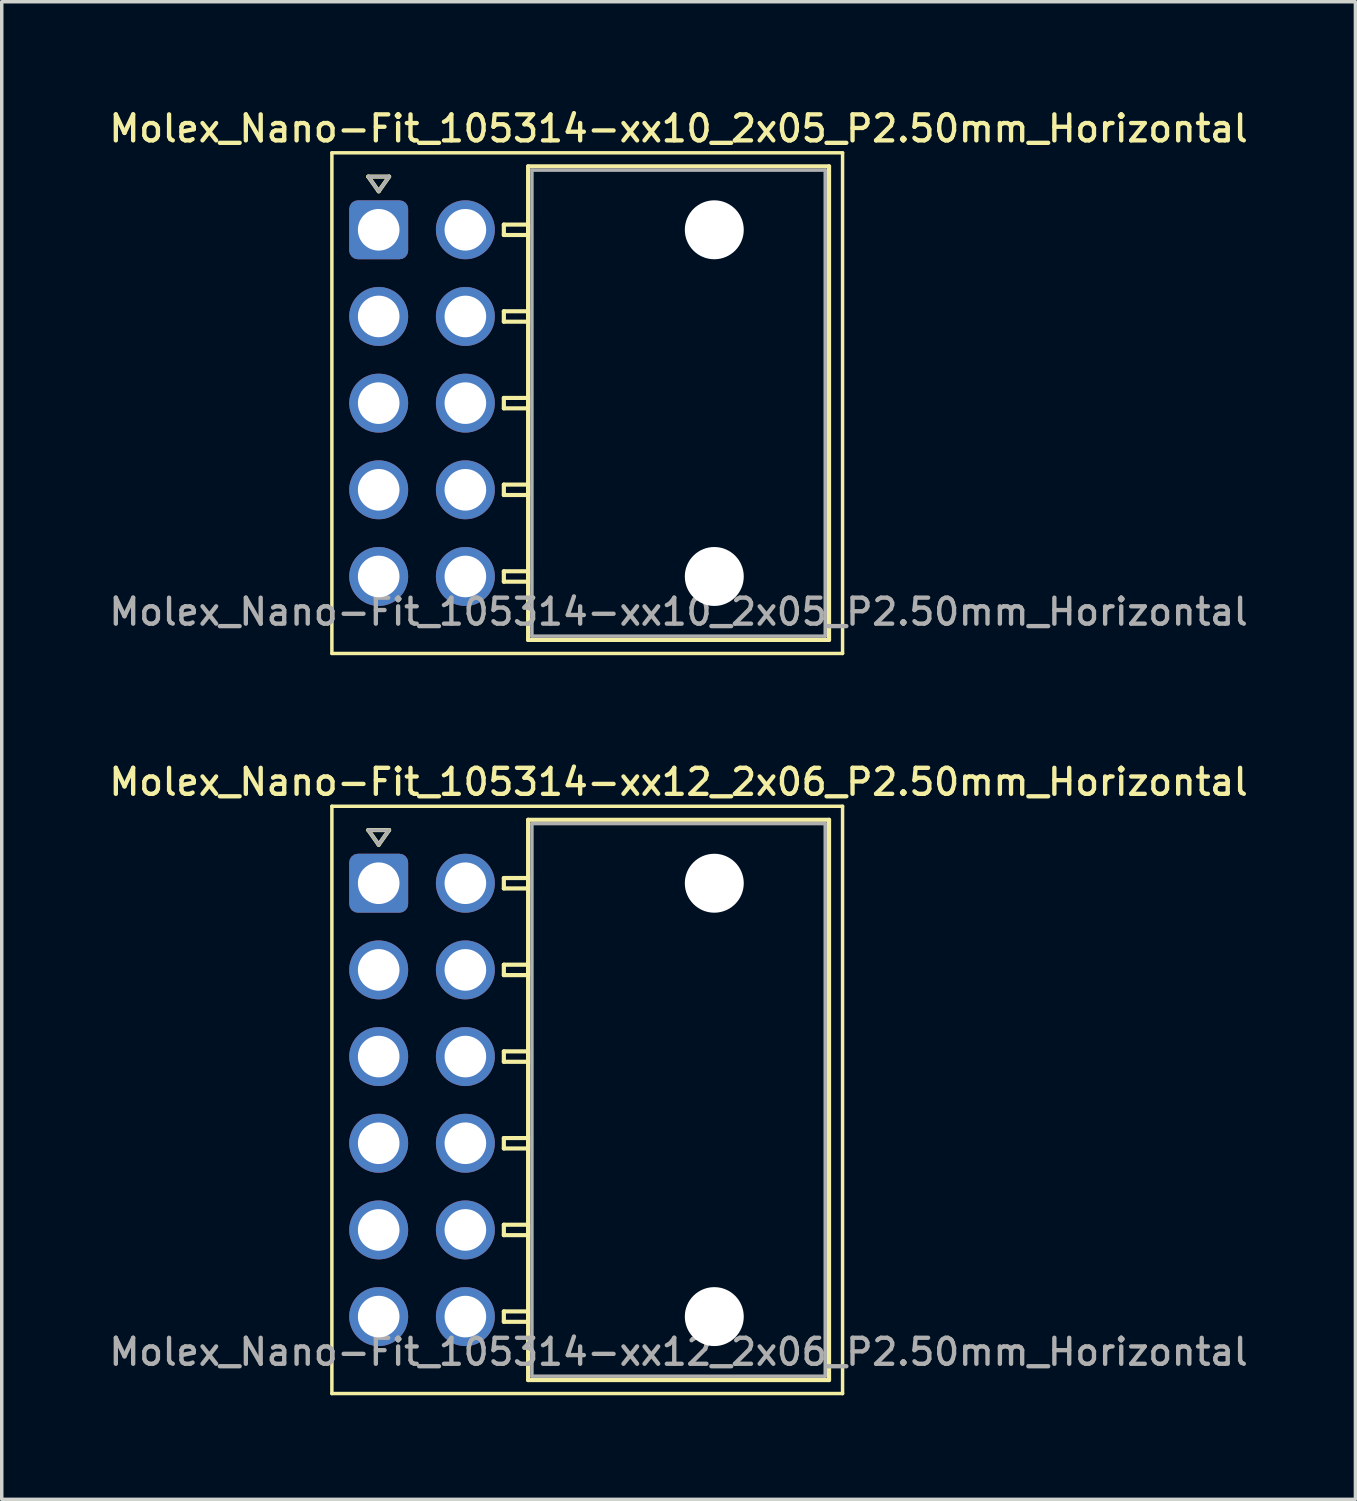
<source format=kicad_pcb>
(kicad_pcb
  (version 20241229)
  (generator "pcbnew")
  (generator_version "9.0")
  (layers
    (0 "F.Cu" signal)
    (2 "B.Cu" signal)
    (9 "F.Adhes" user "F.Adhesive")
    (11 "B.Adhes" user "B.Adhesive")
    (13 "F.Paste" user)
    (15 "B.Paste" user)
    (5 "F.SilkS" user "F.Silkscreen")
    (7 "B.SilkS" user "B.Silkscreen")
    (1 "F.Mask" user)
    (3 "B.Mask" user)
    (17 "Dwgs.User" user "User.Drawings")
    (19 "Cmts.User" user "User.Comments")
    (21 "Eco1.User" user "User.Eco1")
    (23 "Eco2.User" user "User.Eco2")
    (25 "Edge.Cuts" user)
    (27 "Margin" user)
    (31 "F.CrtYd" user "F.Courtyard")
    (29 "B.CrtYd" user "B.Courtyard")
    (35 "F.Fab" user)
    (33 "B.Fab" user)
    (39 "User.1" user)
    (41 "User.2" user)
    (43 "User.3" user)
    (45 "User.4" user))
  (footprint "Molex_Nano-Fit_105314-xx12_2x06_P2.50mm_Horizontal"
    (layer "F.Cu")
    (at 7.873 22.426)
    (property "Reference" "Molex_Nano-Fit_105314-xx12_2x06_P2.50mm_Horizontal" (at 8.65 -2.92 0) (layer "F.SilkS") (effects (font (size 0.75 0.75) (thickness 0.125))))
    (attr through_hole)
    (fp_line (start -1.35 -2.22) (end -1.35 14.72) (stroke (width 0.1) (type solid)) (layer "F.SilkS"))
    (fp_line (start -1.35 14.72) (end 13.38 14.72) (stroke (width 0.1) (type solid)) (layer "F.SilkS"))
    (fp_line (start -0.3 -1.534) (end 0 -1.11) (stroke (width 0.12) (type solid)) (layer "F.SilkS"))
    (fp_line (start 0 -1.11) (end 0.3 -1.534) (stroke (width 0.12) (type solid)) (layer "F.SilkS"))
    (fp_line (start 0.3 -1.534) (end -0.3 -1.534) (stroke (width 0.12) (type solid)) (layer "F.SilkS"))
    (fp_line (start 3.61 -0.15) (end 3.61 0.15) (stroke (width 0.12) (type solid)) (layer "F.SilkS"))
    (fp_line (start 3.61 0.15) (end 4.31 0.15) (stroke (width 0.12) (type solid)) (layer "F.SilkS"))
    (fp_line (start 3.61 2.35) (end 3.61 2.65) (stroke (width 0.12) (type solid)) (layer "F.SilkS"))
    (fp_line (start 3.61 2.65) (end 4.31 2.65) (stroke (width 0.12) (type solid)) (layer "F.SilkS"))
    (fp_line (start 3.61 4.85) (end 3.61 5.15) (stroke (width 0.12) (type solid)) (layer "F.SilkS"))
    (fp_line (start 3.61 5.15) (end 4.31 5.15) (stroke (width 0.12) (type solid)) (layer "F.SilkS"))
    (fp_line (start 3.61 7.35) (end 3.61 7.65) (stroke (width 0.12) (type solid)) (layer "F.SilkS"))
    (fp_line (start 3.61 7.65) (end 4.31 7.65) (stroke (width 0.12) (type solid)) (layer "F.SilkS"))
    (fp_line (start 3.61 9.85) (end 3.61 10.15) (stroke (width 0.12) (type solid)) (layer "F.SilkS"))
    (fp_line (start 3.61 10.15) (end 4.31 10.15) (stroke (width 0.12) (type solid)) (layer "F.SilkS"))
    (fp_line (start 3.61 12.35) (end 3.61 12.65) (stroke (width 0.12) (type solid)) (layer "F.SilkS"))
    (fp_line (start 3.61 12.65) (end 4.31 12.65) (stroke (width 0.12) (type solid)) (layer "F.SilkS"))
    (fp_line (start 4.31 -1.83) (end 4.31 14.33) (stroke (width 0.12) (type solid)) (layer "F.SilkS"))
    (fp_line (start 4.31 -0.15) (end 3.61 -0.15) (stroke (width 0.12) (type solid)) (layer "F.SilkS"))
    (fp_line (start 4.31 0.15) (end 4.31 -0.15) (stroke (width 0.12) (type solid)) (layer "F.SilkS"))
    (fp_line (start 4.31 2.35) (end 3.61 2.35) (stroke (width 0.12) (type solid)) (layer "F.SilkS"))
    (fp_line (start 4.31 2.65) (end 4.31 2.35) (stroke (width 0.12) (type solid)) (layer "F.SilkS"))
    (fp_line (start 4.31 4.85) (end 3.61 4.85) (stroke (width 0.12) (type solid)) (layer "F.SilkS"))
    (fp_line (start 4.31 5.15) (end 4.31 4.85) (stroke (width 0.12) (type solid)) (layer "F.SilkS"))
    (fp_line (start 4.31 7.35) (end 3.61 7.35) (stroke (width 0.12) (type solid)) (layer "F.SilkS"))
    (fp_line (start 4.31 7.65) (end 4.31 7.35) (stroke (width 0.12) (type solid)) (layer "F.SilkS"))
    (fp_line (start 4.31 9.85) (end 3.61 9.85) (stroke (width 0.12) (type solid)) (layer "F.SilkS"))
    (fp_line (start 4.31 10.15) (end 4.31 9.85) (stroke (width 0.12) (type solid)) (layer "F.SilkS"))
    (fp_line (start 4.31 12.35) (end 3.61 12.35) (stroke (width 0.12) (type solid)) (layer "F.SilkS"))
    (fp_line (start 4.31 12.65) (end 4.31 12.35) (stroke (width 0.12) (type solid)) (layer "F.SilkS"))
    (fp_line (start 4.31 14.33) (end 12.99 14.33) (stroke (width 0.12) (type solid)) (layer "F.SilkS"))
    (fp_line (start 12.99 -1.83) (end 4.31 -1.83) (stroke (width 0.12) (type solid)) (layer "F.SilkS"))
    (fp_line (start 12.99 14.33) (end 12.99 -1.83) (stroke (width 0.12) (type solid)) (layer "F.SilkS"))
    (fp_line (start 13.38 -2.22) (end -1.35 -2.22) (stroke (width 0.1) (type solid)) (layer "F.SilkS"))
    (fp_line (start 13.38 14.72) (end 13.38 -2.22) (stroke (width 0.1) (type solid)) (layer "F.SilkS"))
    (fp_line (start -0.3 -1.534) (end 0 -1.11) (stroke (width 0.1) (type solid)) (layer "F.Fab"))
    (fp_line (start 0 -1.11) (end 0.3 -1.534) (stroke (width 0.1) (type solid)) (layer "F.Fab"))
    (fp_line (start 0.3 -1.534) (end -0.3 -1.534) (stroke (width 0.1) (type solid)) (layer "F.Fab"))
    (fp_line (start 4.42 -1.72) (end 4.42 14.22) (stroke (width 0.1) (type solid)) (layer "F.Fab"))
    (fp_line (start 4.42 14.22) (end 12.88 14.22) (stroke (width 0.1) (type solid)) (layer "F.Fab"))
    (fp_line (start 12.88 -1.72) (end 4.42 -1.72) (stroke (width 0.1) (type solid)) (layer "F.Fab"))
    (fp_line (start 12.88 14.22) (end 12.88 -1.72) (stroke (width 0.1) (type solid)) (layer "F.Fab"))
    (fp_text user "${REFERENCE}" (at 8.65 13.52 0) (layer "F.Fab") (effects (font (size 0.75 0.75) (thickness 0.125))))
    (pad "" np_thru_hole circle (at 9.68 0) (size 1.7 1.7) (drill 1.7) (layers "*.Cu" "*.Mask"))
    (pad "" np_thru_hole circle (at 9.68 12.5) (size 1.7 1.7) (drill 1.7) (layers "*.Cu" "*.Mask"))
    (pad "1" thru_hole roundrect (at 0 0) (size 1.7 1.7) (drill 1.2) (layers "*.Cu" "*.Mask") (roundrect_rratio 0.147))
    (pad "2" thru_hole circle (at 0 2.5) (size 1.7 1.7) (drill 1.2) (layers "*.Cu" "*.Mask"))
    (pad "3" thru_hole circle (at 0 5) (size 1.7 1.7) (drill 1.2) (layers "*.Cu" "*.Mask"))
    (pad "4" thru_hole circle (at 0 7.5) (size 1.7 1.7) (drill 1.2) (layers "*.Cu" "*.Mask"))
    (pad "5" thru_hole circle (at 0 10) (size 1.7 1.7) (drill 1.2) (layers "*.Cu" "*.Mask"))
    (pad "6" thru_hole circle (at 0 12.5) (size 1.7 1.7) (drill 1.2) (layers "*.Cu" "*.Mask"))
    (pad "7" thru_hole circle (at 2.5 0) (size 1.7 1.7) (drill 1.2) (layers "*.Cu" "*.Mask"))
    (pad "8" thru_hole circle (at 2.5 2.5) (size 1.7 1.7) (drill 1.2) (layers "*.Cu" "*.Mask"))
    (pad "9" thru_hole circle (at 2.5 5) (size 1.7 1.7) (drill 1.2) (layers "*.Cu" "*.Mask"))
    (pad "10" thru_hole circle (at 2.5 7.5) (size 1.7 1.7) (drill 1.2) (layers "*.Cu" "*.Mask"))
    (pad "11" thru_hole circle (at 2.5 10) (size 1.7 1.7) (drill 1.2) (layers "*.Cu" "*.Mask"))
    (pad "12" thru_hole circle (at 2.5 12.5) (size 1.7 1.7) (drill 1.2) (layers "*.Cu" "*.Mask")))
  (footprint "Molex_Nano-Fit_105314-xx10_2x05_P2.50mm_Horizontal"
    (layer "F.Cu")
    (at 7.873 3.578)
    (property "Reference" "Molex_Nano-Fit_105314-xx10_2x05_P2.50mm_Horizontal" (at 8.65 -2.92 0) (layer "F.SilkS") (effects (font (size 0.75 0.75) (thickness 0.125))))
    (attr through_hole)
    (fp_line (start -1.35 -2.22) (end -1.35 12.22) (stroke (width 0.1) (type solid)) (layer "F.SilkS"))
    (fp_line (start -1.35 12.22) (end 13.38 12.22) (stroke (width 0.1) (type solid)) (layer "F.SilkS"))
    (fp_line (start -0.3 -1.534) (end 0 -1.11) (stroke (width 0.12) (type solid)) (layer "F.SilkS"))
    (fp_line (start 0 -1.11) (end 0.3 -1.534) (stroke (width 0.12) (type solid)) (layer "F.SilkS"))
    (fp_line (start 0.3 -1.534) (end -0.3 -1.534) (stroke (width 0.12) (type solid)) (layer "F.SilkS"))
    (fp_line (start 3.61 -0.15) (end 3.61 0.15) (stroke (width 0.12) (type solid)) (layer "F.SilkS"))
    (fp_line (start 3.61 0.15) (end 4.31 0.15) (stroke (width 0.12) (type solid)) (layer "F.SilkS"))
    (fp_line (start 3.61 2.35) (end 3.61 2.65) (stroke (width 0.12) (type solid)) (layer "F.SilkS"))
    (fp_line (start 3.61 2.65) (end 4.31 2.65) (stroke (width 0.12) (type solid)) (layer "F.SilkS"))
    (fp_line (start 3.61 4.85) (end 3.61 5.15) (stroke (width 0.12) (type solid)) (layer "F.SilkS"))
    (fp_line (start 3.61 5.15) (end 4.31 5.15) (stroke (width 0.12) (type solid)) (layer "F.SilkS"))
    (fp_line (start 3.61 7.35) (end 3.61 7.65) (stroke (width 0.12) (type solid)) (layer "F.SilkS"))
    (fp_line (start 3.61 7.65) (end 4.31 7.65) (stroke (width 0.12) (type solid)) (layer "F.SilkS"))
    (fp_line (start 3.61 9.85) (end 3.61 10.15) (stroke (width 0.12) (type solid)) (layer "F.SilkS"))
    (fp_line (start 3.61 10.15) (end 4.31 10.15) (stroke (width 0.12) (type solid)) (layer "F.SilkS"))
    (fp_line (start 4.31 -1.83) (end 4.31 11.83) (stroke (width 0.12) (type solid)) (layer "F.SilkS"))
    (fp_line (start 4.31 -0.15) (end 3.61 -0.15) (stroke (width 0.12) (type solid)) (layer "F.SilkS"))
    (fp_line (start 4.31 0.15) (end 4.31 -0.15) (stroke (width 0.12) (type solid)) (layer "F.SilkS"))
    (fp_line (start 4.31 2.35) (end 3.61 2.35) (stroke (width 0.12) (type solid)) (layer "F.SilkS"))
    (fp_line (start 4.31 2.65) (end 4.31 2.35) (stroke (width 0.12) (type solid)) (layer "F.SilkS"))
    (fp_line (start 4.31 4.85) (end 3.61 4.85) (stroke (width 0.12) (type solid)) (layer "F.SilkS"))
    (fp_line (start 4.31 5.15) (end 4.31 4.85) (stroke (width 0.12) (type solid)) (layer "F.SilkS"))
    (fp_line (start 4.31 7.35) (end 3.61 7.35) (stroke (width 0.12) (type solid)) (layer "F.SilkS"))
    (fp_line (start 4.31 7.65) (end 4.31 7.35) (stroke (width 0.12) (type solid)) (layer "F.SilkS"))
    (fp_line (start 4.31 9.85) (end 3.61 9.85) (stroke (width 0.12) (type solid)) (layer "F.SilkS"))
    (fp_line (start 4.31 10.15) (end 4.31 9.85) (stroke (width 0.12) (type solid)) (layer "F.SilkS"))
    (fp_line (start 4.31 11.83) (end 12.99 11.83) (stroke (width 0.12) (type solid)) (layer "F.SilkS"))
    (fp_line (start 12.99 -1.83) (end 4.31 -1.83) (stroke (width 0.12) (type solid)) (layer "F.SilkS"))
    (fp_line (start 12.99 11.83) (end 12.99 -1.83) (stroke (width 0.12) (type solid)) (layer "F.SilkS"))
    (fp_line (start 13.38 -2.22) (end -1.35 -2.22) (stroke (width 0.1) (type solid)) (layer "F.SilkS"))
    (fp_line (start 13.38 12.22) (end 13.38 -2.22) (stroke (width 0.1) (type solid)) (layer "F.SilkS"))
    (fp_line (start -0.3 -1.534) (end 0 -1.11) (stroke (width 0.1) (type solid)) (layer "F.Fab"))
    (fp_line (start 0 -1.11) (end 0.3 -1.534) (stroke (width 0.1) (type solid)) (layer "F.Fab"))
    (fp_line (start 0.3 -1.534) (end -0.3 -1.534) (stroke (width 0.1) (type solid)) (layer "F.Fab"))
    (fp_line (start 4.42 -1.72) (end 4.42 11.72) (stroke (width 0.1) (type solid)) (layer "F.Fab"))
    (fp_line (start 4.42 11.72) (end 12.88 11.72) (stroke (width 0.1) (type solid)) (layer "F.Fab"))
    (fp_line (start 12.88 -1.72) (end 4.42 -1.72) (stroke (width 0.1) (type solid)) (layer "F.Fab"))
    (fp_line (start 12.88 11.72) (end 12.88 -1.72) (stroke (width 0.1) (type solid)) (layer "F.Fab"))
    (fp_text user "${REFERENCE}" (at 8.65 11.02 0) (layer "F.Fab") (effects (font (size 0.75 0.75) (thickness 0.125))))
    (pad "" np_thru_hole circle (at 9.68 0) (size 1.7 1.7) (drill 1.7) (layers "*.Cu" "*.Mask"))
    (pad "" np_thru_hole circle (at 9.68 10) (size 1.7 1.7) (drill 1.7) (layers "*.Cu" "*.Mask"))
    (pad "1" thru_hole roundrect (at 0 0) (size 1.7 1.7) (drill 1.2) (layers "*.Cu" "*.Mask") (roundrect_rratio 0.147))
    (pad "2" thru_hole circle (at 0 2.5) (size 1.7 1.7) (drill 1.2) (layers "*.Cu" "*.Mask"))
    (pad "3" thru_hole circle (at 0 5) (size 1.7 1.7) (drill 1.2) (layers "*.Cu" "*.Mask"))
    (pad "4" thru_hole circle (at 0 7.5) (size 1.7 1.7) (drill 1.2) (layers "*.Cu" "*.Mask"))
    (pad "5" thru_hole circle (at 0 10) (size 1.7 1.7) (drill 1.2) (layers "*.Cu" "*.Mask"))
    (pad "6" thru_hole circle (at 2.5 0) (size 1.7 1.7) (drill 1.2) (layers "*.Cu" "*.Mask"))
    (pad "7" thru_hole circle (at 2.5 2.5) (size 1.7 1.7) (drill 1.2) (layers "*.Cu" "*.Mask"))
    (pad "8" thru_hole circle (at 2.5 5) (size 1.7 1.7) (drill 1.2) (layers "*.Cu" "*.Mask"))
    (pad "9" thru_hole circle (at 2.5 7.5) (size 1.7 1.7) (drill 1.2) (layers "*.Cu" "*.Mask"))
    (pad "10" thru_hole circle (at 2.5 10) (size 1.7 1.7) (drill 1.2) (layers "*.Cu" "*.Mask")))
  (gr_rect
    (start -3 -3)
    (end 36.046 40.196)
    (stroke (width 0.1) (type default))
    (fill no)
    (layer "Edge.Cuts")))
</source>
